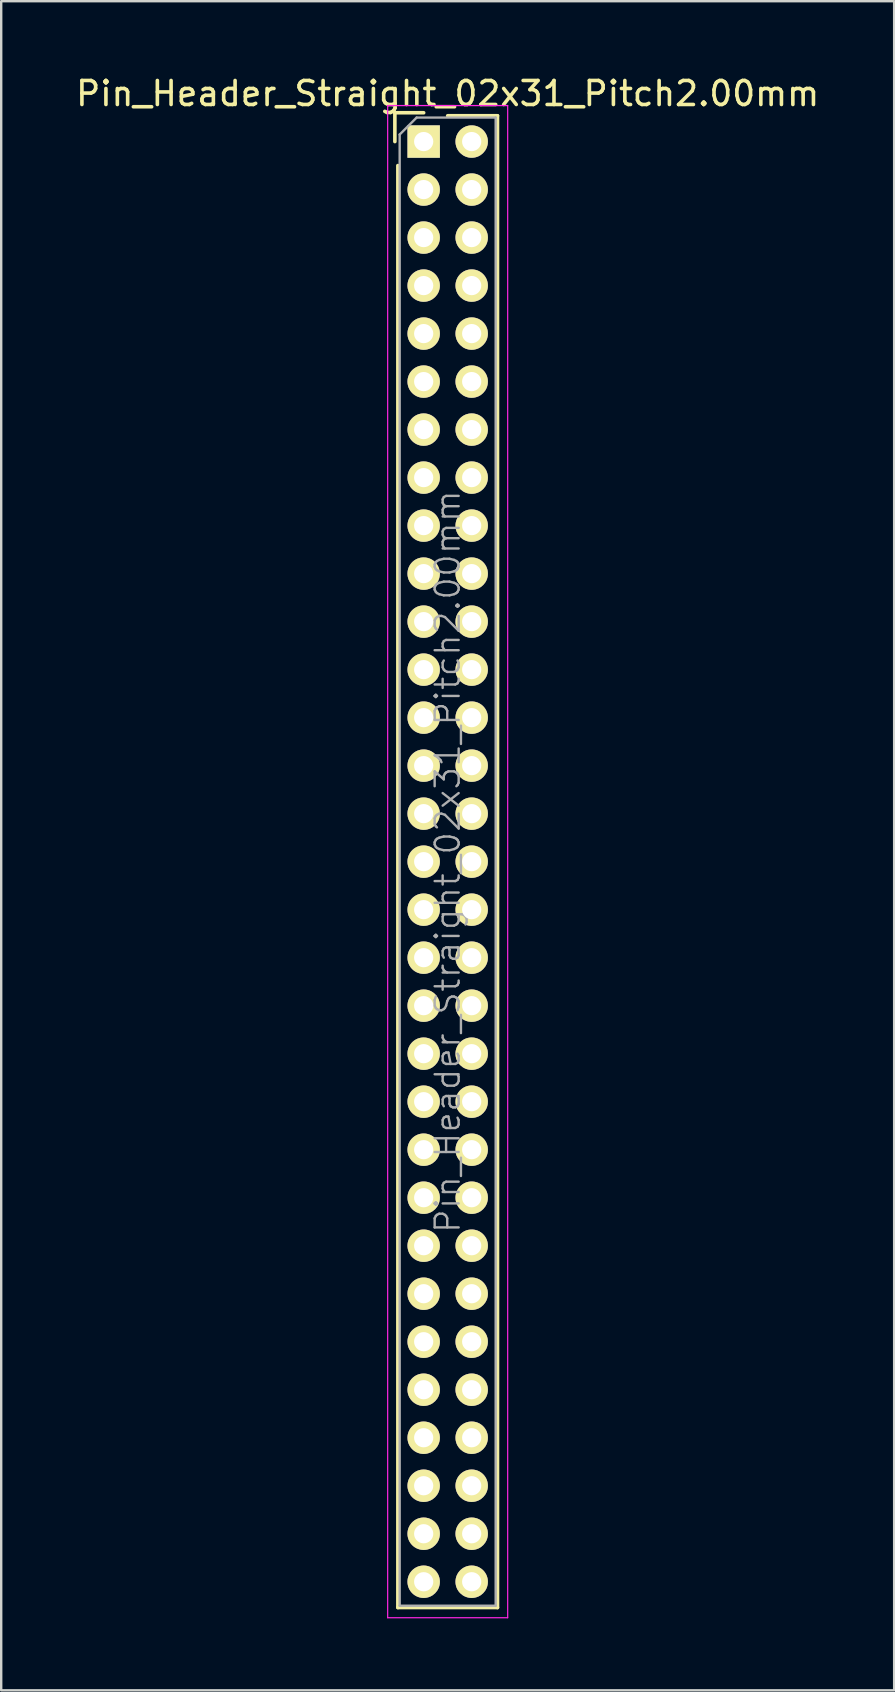
<source format=kicad_pcb>
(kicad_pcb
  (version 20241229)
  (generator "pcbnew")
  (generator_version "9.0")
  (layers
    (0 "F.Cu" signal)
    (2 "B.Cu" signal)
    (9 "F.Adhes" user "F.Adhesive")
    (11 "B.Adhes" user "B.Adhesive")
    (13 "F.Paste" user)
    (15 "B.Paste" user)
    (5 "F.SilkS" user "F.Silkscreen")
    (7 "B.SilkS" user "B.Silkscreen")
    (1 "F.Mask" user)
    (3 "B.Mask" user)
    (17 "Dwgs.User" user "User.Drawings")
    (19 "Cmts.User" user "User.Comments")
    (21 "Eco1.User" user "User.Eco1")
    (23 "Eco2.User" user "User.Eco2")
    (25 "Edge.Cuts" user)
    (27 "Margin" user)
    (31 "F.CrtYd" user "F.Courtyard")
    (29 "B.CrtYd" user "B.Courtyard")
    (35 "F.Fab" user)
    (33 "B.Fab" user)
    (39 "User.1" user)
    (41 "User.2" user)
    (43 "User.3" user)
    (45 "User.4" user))
  (footprint "Pin_Header_Straight_02x31_Pitch2.00mm"
    (layer "F.Cu")
    (at 14.601 2.848)
    (property "Reference" "Pin_Header_Straight_02x31_Pitch2.00mm" (at 1 -2 0) (layer "F.SilkS") (effects (font (size 1 1) (thickness 0.15))))
    (attr smd)
    (fp_line (start -1.2 -1.2) (end -1.2 0) (stroke (width 0.15) (type solid)) (layer "F.SilkS"))
    (fp_line (start -1.2 -1.2) (end 0 -1.2) (stroke (width 0.15) (type solid)) (layer "F.SilkS"))
    (fp_line (start -1.075 1) (end -1.075 61.075) (stroke (width 0.15) (type solid)) (layer "F.SilkS"))
    (fp_line (start -1.075 61.075) (end 3.075 61.075) (stroke (width 0.15) (type solid)) (layer "F.SilkS"))
    (fp_line (start 1 -1.075) (end 3.075 -1.075) (stroke (width 0.15) (type solid)) (layer "F.SilkS"))
    (fp_line (start 3.075 -1.075) (end 3.075 61.075) (stroke (width 0.15) (type solid)) (layer "F.SilkS"))
    (fp_line (start -1.5 -1.5) (end -1.5 61.5) (stroke (width 0.05) (type solid)) (layer "F.CrtYd"))
    (fp_line (start 3.5 -1.5) (end -1.5 -1.5) (stroke (width 0.05) (type solid)) (layer "F.CrtYd"))
    (fp_line (start 3.5 -1.5) (end 3.5 61.5) (stroke (width 0.05) (type solid)) (layer "F.CrtYd"))
    (fp_line (start 3.5 61.5) (end -1.5 61.5) (stroke (width 0.05) (type solid)) (layer "F.CrtYd"))
    (fp_line (start -1 -0.293) (end -0.293 -1) (stroke (width 0.1) (type solid)) (layer "F.Fab"))
    (fp_line (start -1 61) (end -1 -0.293) (stroke (width 0.1) (type solid)) (layer "F.Fab"))
    (fp_line (start 3 -1) (end -0.293 -1) (stroke (width 0.1) (type solid)) (layer "F.Fab"))
    (fp_line (start 3 61) (end -1 61) (stroke (width 0.1) (type solid)) (layer "F.Fab"))
    (fp_line (start 3 61) (end 3 -1) (stroke (width 0.1) (type solid)) (layer "F.Fab"))
    (fp_text user "${REFERENCE}" (at 1 30 90) (layer "F.Fab") (effects (font (size 1 1) (thickness 0.1))))
    (pad "1" thru_hole rect (at 0 0) (size 1.35 1.35) (drill 0.8) (layers "*.Cu" "*.Mask" "F.SilkS"))
    (pad "2" thru_hole oval (at 2 0) (size 1.35 1.35) (drill 0.8) (layers "*.Cu" "*.Mask" "F.SilkS"))
    (pad "3" thru_hole oval (at 0 2) (size 1.35 1.35) (drill 0.8) (layers "*.Cu" "*.Mask" "F.SilkS"))
    (pad "4" thru_hole oval (at 2 2) (size 1.35 1.35) (drill 0.8) (layers "*.Cu" "*.Mask" "F.SilkS"))
    (pad "5" thru_hole oval (at 0 4) (size 1.35 1.35) (drill 0.8) (layers "*.Cu" "*.Mask" "F.SilkS"))
    (pad "6" thru_hole oval (at 2 4) (size 1.35 1.35) (drill 0.8) (layers "*.Cu" "*.Mask" "F.SilkS"))
    (pad "7" thru_hole oval (at 0 6) (size 1.35 1.35) (drill 0.8) (layers "*.Cu" "*.Mask" "F.SilkS"))
    (pad "8" thru_hole oval (at 2 6) (size 1.35 1.35) (drill 0.8) (layers "*.Cu" "*.Mask" "F.SilkS"))
    (pad "9" thru_hole oval (at 0 8) (size 1.35 1.35) (drill 0.8) (layers "*.Cu" "*.Mask" "F.SilkS"))
    (pad "10" thru_hole oval (at 2 8) (size 1.35 1.35) (drill 0.8) (layers "*.Cu" "*.Mask" "F.SilkS"))
    (pad "11" thru_hole oval (at 0 10) (size 1.35 1.35) (drill 0.8) (layers "*.Cu" "*.Mask" "F.SilkS"))
    (pad "12" thru_hole oval (at 2 10) (size 1.35 1.35) (drill 0.8) (layers "*.Cu" "*.Mask" "F.SilkS"))
    (pad "13" thru_hole oval (at 0 12) (size 1.35 1.35) (drill 0.8) (layers "*.Cu" "*.Mask" "F.SilkS"))
    (pad "14" thru_hole oval (at 2 12) (size 1.35 1.35) (drill 0.8) (layers "*.Cu" "*.Mask" "F.SilkS"))
    (pad "15" thru_hole oval (at 0 14) (size 1.35 1.35) (drill 0.8) (layers "*.Cu" "*.Mask" "F.SilkS"))
    (pad "16" thru_hole oval (at 2 14) (size 1.35 1.35) (drill 0.8) (layers "*.Cu" "*.Mask" "F.SilkS"))
    (pad "17" thru_hole oval (at 0 16) (size 1.35 1.35) (drill 0.8) (layers "*.Cu" "*.Mask" "F.SilkS"))
    (pad "18" thru_hole oval (at 2 16) (size 1.35 1.35) (drill 0.8) (layers "*.Cu" "*.Mask" "F.SilkS"))
    (pad "19" thru_hole oval (at 0 18) (size 1.35 1.35) (drill 0.8) (layers "*.Cu" "*.Mask" "F.SilkS"))
    (pad "20" thru_hole oval (at 2 18) (size 1.35 1.35) (drill 0.8) (layers "*.Cu" "*.Mask" "F.SilkS"))
    (pad "21" thru_hole oval (at 0 20) (size 1.35 1.35) (drill 0.8) (layers "*.Cu" "*.Mask" "F.SilkS"))
    (pad "22" thru_hole oval (at 2 20) (size 1.35 1.35) (drill 0.8) (layers "*.Cu" "*.Mask" "F.SilkS"))
    (pad "23" thru_hole oval (at 0 22) (size 1.35 1.35) (drill 0.8) (layers "*.Cu" "*.Mask" "F.SilkS"))
    (pad "24" thru_hole oval (at 2 22) (size 1.35 1.35) (drill 0.8) (layers "*.Cu" "*.Mask" "F.SilkS"))
    (pad "25" thru_hole oval (at 0 24) (size 1.35 1.35) (drill 0.8) (layers "*.Cu" "*.Mask" "F.SilkS"))
    (pad "26" thru_hole oval (at 2 24) (size 1.35 1.35) (drill 0.8) (layers "*.Cu" "*.Mask" "F.SilkS"))
    (pad "27" thru_hole oval (at 0 26) (size 1.35 1.35) (drill 0.8) (layers "*.Cu" "*.Mask" "F.SilkS"))
    (pad "28" thru_hole oval (at 2 26) (size 1.35 1.35) (drill 0.8) (layers "*.Cu" "*.Mask" "F.SilkS"))
    (pad "29" thru_hole oval (at 0 28) (size 1.35 1.35) (drill 0.8) (layers "*.Cu" "*.Mask" "F.SilkS"))
    (pad "30" thru_hole oval (at 2 28) (size 1.35 1.35) (drill 0.8) (layers "*.Cu" "*.Mask" "F.SilkS"))
    (pad "31" thru_hole oval (at 0 30) (size 1.35 1.35) (drill 0.8) (layers "*.Cu" "*.Mask" "F.SilkS"))
    (pad "32" thru_hole oval (at 2 30) (size 1.35 1.35) (drill 0.8) (layers "*.Cu" "*.Mask" "F.SilkS"))
    (pad "33" thru_hole oval (at 0 32) (size 1.35 1.35) (drill 0.8) (layers "*.Cu" "*.Mask" "F.SilkS"))
    (pad "34" thru_hole oval (at 2 32) (size 1.35 1.35) (drill 0.8) (layers "*.Cu" "*.Mask" "F.SilkS"))
    (pad "35" thru_hole oval (at 0 34) (size 1.35 1.35) (drill 0.8) (layers "*.Cu" "*.Mask" "F.SilkS"))
    (pad "36" thru_hole oval (at 2 34) (size 1.35 1.35) (drill 0.8) (layers "*.Cu" "*.Mask" "F.SilkS"))
    (pad "37" thru_hole oval (at 0 36) (size 1.35 1.35) (drill 0.8) (layers "*.Cu" "*.Mask" "F.SilkS"))
    (pad "38" thru_hole oval (at 2 36) (size 1.35 1.35) (drill 0.8) (layers "*.Cu" "*.Mask" "F.SilkS"))
    (pad "39" thru_hole oval (at 0 38) (size 1.35 1.35) (drill 0.8) (layers "*.Cu" "*.Mask" "F.SilkS"))
    (pad "40" thru_hole oval (at 2 38) (size 1.35 1.35) (drill 0.8) (layers "*.Cu" "*.Mask" "F.SilkS"))
    (pad "41" thru_hole oval (at 0 40) (size 1.35 1.35) (drill 0.8) (layers "*.Cu" "*.Mask" "F.SilkS"))
    (pad "42" thru_hole oval (at 2 40) (size 1.35 1.35) (drill 0.8) (layers "*.Cu" "*.Mask" "F.SilkS"))
    (pad "43" thru_hole oval (at 0 42) (size 1.35 1.35) (drill 0.8) (layers "*.Cu" "*.Mask" "F.SilkS"))
    (pad "44" thru_hole oval (at 2 42) (size 1.35 1.35) (drill 0.8) (layers "*.Cu" "*.Mask" "F.SilkS"))
    (pad "45" thru_hole oval (at 0 44) (size 1.35 1.35) (drill 0.8) (layers "*.Cu" "*.Mask" "F.SilkS"))
    (pad "46" thru_hole oval (at 2 44) (size 1.35 1.35) (drill 0.8) (layers "*.Cu" "*.Mask" "F.SilkS"))
    (pad "47" thru_hole oval (at 0 46) (size 1.35 1.35) (drill 0.8) (layers "*.Cu" "*.Mask" "F.SilkS"))
    (pad "48" thru_hole oval (at 2 46) (size 1.35 1.35) (drill 0.8) (layers "*.Cu" "*.Mask" "F.SilkS"))
    (pad "49" thru_hole oval (at 0 48) (size 1.35 1.35) (drill 0.8) (layers "*.Cu" "*.Mask" "F.SilkS"))
    (pad "50" thru_hole oval (at 2 48) (size 1.35 1.35) (drill 0.8) (layers "*.Cu" "*.Mask" "F.SilkS"))
    (pad "51" thru_hole oval (at 0 50) (size 1.35 1.35) (drill 0.8) (layers "*.Cu" "*.Mask" "F.SilkS"))
    (pad "52" thru_hole oval (at 2 50) (size 1.35 1.35) (drill 0.8) (layers "*.Cu" "*.Mask" "F.SilkS"))
    (pad "53" thru_hole oval (at 0 52) (size 1.35 1.35) (drill 0.8) (layers "*.Cu" "*.Mask" "F.SilkS"))
    (pad "54" thru_hole oval (at 2 52) (size 1.35 1.35) (drill 0.8) (layers "*.Cu" "*.Mask" "F.SilkS"))
    (pad "55" thru_hole oval (at 0 54) (size 1.35 1.35) (drill 0.8) (layers "*.Cu" "*.Mask" "F.SilkS"))
    (pad "56" thru_hole oval (at 2 54) (size 1.35 1.35) (drill 0.8) (layers "*.Cu" "*.Mask" "F.SilkS"))
    (pad "57" thru_hole oval (at 0 56) (size 1.35 1.35) (drill 0.8) (layers "*.Cu" "*.Mask" "F.SilkS"))
    (pad "58" thru_hole oval (at 2 56) (size 1.35 1.35) (drill 0.8) (layers "*.Cu" "*.Mask" "F.SilkS"))
    (pad "59" thru_hole oval (at 0 58) (size 1.35 1.35) (drill 0.8) (layers "*.Cu" "*.Mask" "F.SilkS"))
    (pad "60" thru_hole oval (at 2 58) (size 1.35 1.35) (drill 0.8) (layers "*.Cu" "*.Mask" "F.SilkS"))
    (pad "61" thru_hole oval (at 0 60) (size 1.35 1.35) (drill 0.8) (layers "*.Cu" "*.Mask" "F.SilkS"))
    (pad "62" thru_hole oval (at 2 60) (size 1.35 1.35) (drill 0.8) (layers "*.Cu" "*.Mask" "F.SilkS")))
  (gr_rect
    (start -3 -3)
    (end 34.202 67.373)
    (stroke (width 0.1) (type default))
    (fill no)
    (layer "Edge.Cuts")))
</source>
